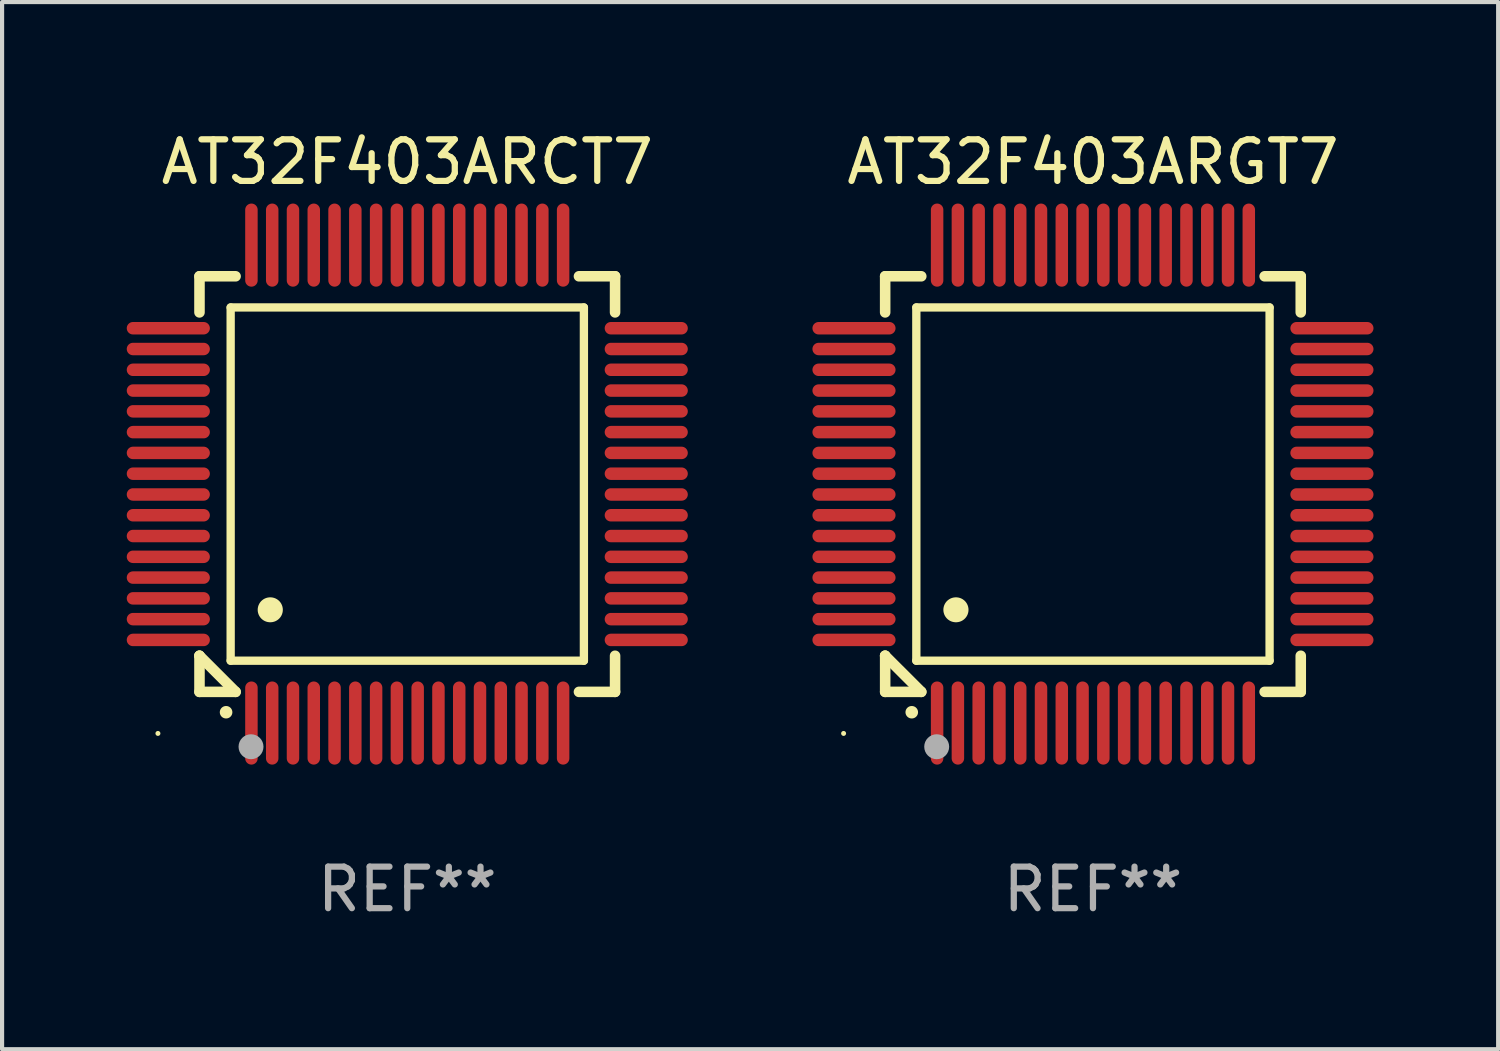
<source format=kicad_pcb>
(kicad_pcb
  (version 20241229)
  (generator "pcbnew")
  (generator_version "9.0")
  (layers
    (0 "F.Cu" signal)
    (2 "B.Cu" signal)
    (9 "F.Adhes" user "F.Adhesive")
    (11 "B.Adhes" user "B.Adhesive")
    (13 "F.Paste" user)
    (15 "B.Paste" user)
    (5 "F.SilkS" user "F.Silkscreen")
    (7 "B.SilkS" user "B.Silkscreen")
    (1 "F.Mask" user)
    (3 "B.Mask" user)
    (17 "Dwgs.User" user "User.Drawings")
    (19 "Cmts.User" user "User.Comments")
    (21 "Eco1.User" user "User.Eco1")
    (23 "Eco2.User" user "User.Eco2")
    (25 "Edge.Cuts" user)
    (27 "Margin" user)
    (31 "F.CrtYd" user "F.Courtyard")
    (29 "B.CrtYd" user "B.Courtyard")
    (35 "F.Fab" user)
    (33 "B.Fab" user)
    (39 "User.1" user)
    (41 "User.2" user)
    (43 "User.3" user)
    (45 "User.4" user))
  (footprint "AT32F403ARCT7"
    (layer "F.Cu")
    (at 6.75 8.598)
    (property "Reference" "AT32F403ARCT7" (at 0 -7.75 0) (layer "F.SilkS") (effects (font (size 1 1) (thickness 0.15))))
    (attr through_hole)
    (fp_line (start -5 -5) (end -4.131 -5) (stroke (width 0.254) (type solid)) (layer "F.SilkS"))
    (fp_line (start -5 -4.131) (end -5 -5) (stroke (width 0.254) (type solid)) (layer "F.SilkS"))
    (fp_line (start -5 4.131) (end -5 4.131) (stroke (width 0.254) (type solid)) (layer "F.SilkS"))
    (fp_line (start -5 5) (end -5 4.131) (stroke (width 0.254) (type solid)) (layer "F.SilkS"))
    (fp_line (start -5 4.131) (end -4.131 5) (stroke (width 0.254) (type solid)) (layer "F.SilkS"))
    (fp_line (start -4.25 -4.25) (end -4.25 4.25) (stroke (width 0.2) (type solid)) (layer "F.SilkS"))
    (fp_line (start -4.25 4.25) (end 4.25 4.25) (stroke (width 0.2) (type solid)) (layer "F.SilkS"))
    (fp_line (start -4.131 5) (end -5 5) (stroke (width 0.254) (type solid)) (layer "F.SilkS"))
    (fp_line (start 4.25 -4.25) (end -4.25 -4.25) (stroke (width 0.2) (type solid)) (layer "F.SilkS"))
    (fp_line (start 4.25 4.25) (end 4.25 -4.25) (stroke (width 0.2) (type solid)) (layer "F.SilkS"))
    (fp_line (start 5 -5) (end 4.131 -5) (stroke (width 0.254) (type solid)) (layer "F.SilkS"))
    (fp_line (start 5 -5) (end 5 -4.131) (stroke (width 0.254) (type solid)) (layer "F.SilkS"))
    (fp_line (start 5 4.131) (end 5 5) (stroke (width 0.254) (type solid)) (layer "F.SilkS"))
    (fp_line (start 5 5) (end 4.131 5) (stroke (width 0.254) (type solid)) (layer "F.SilkS"))
    (fp_arc (start -4.361265 5.489992) (mid -4.359995 5.489987) (end -4.358725 5.489992) (stroke (width 0.3) (type solid)) (layer "F.SilkS"))
    (fp_arc (start -3.299467 3.025146) (mid -3.296927 3.025135) (end -3.294387 3.025146) (stroke (width 0.6) (type solid)) (layer "F.SilkS"))
    (fp_circle (center -6 6) (end -5.97 6) (stroke (width 0.06) (type solid)) (fill no) (layer "F.SilkS"))
    (fp_circle (center -3.76 6.32) (end -3.61 6.32) (stroke (width 0.3) (type solid)) (fill no) (layer "F.Fab"))
    (fp_text user "REF**" (at 0 9.75 0) (layer "F.Fab") (effects (font (size 1 1) (thickness 0.15))))
    (pad "1" smd oval (at -3.75 5.75) (size 0.3 2) (layers "F.Cu" "F.Mask" "F.Paste"))
    (pad "2" smd oval (at -3.25 5.75) (size 0.3 2) (layers "F.Cu" "F.Mask" "F.Paste"))
    (pad "3" smd oval (at -2.75 5.75) (size 0.3 2) (layers "F.Cu" "F.Mask" "F.Paste"))
    (pad "4" smd oval (at -2.25 5.75) (size 0.3 2) (layers "F.Cu" "F.Mask" "F.Paste"))
    (pad "5" smd oval (at -1.75 5.75) (size 0.3 2) (layers "F.Cu" "F.Mask" "F.Paste"))
    (pad "6" smd oval (at -1.25 5.75) (size 0.3 2) (layers "F.Cu" "F.Mask" "F.Paste"))
    (pad "7" smd oval (at -0.75 5.75) (size 0.3 2) (layers "F.Cu" "F.Mask" "F.Paste"))
    (pad "8" smd oval (at -0.25 5.75) (size 0.3 2) (layers "F.Cu" "F.Mask" "F.Paste"))
    (pad "9" smd oval (at 0.25 5.75) (size 0.3 2) (layers "F.Cu" "F.Mask" "F.Paste"))
    (pad "10" smd oval (at 0.75 5.75) (size 0.3 2) (layers "F.Cu" "F.Mask" "F.Paste"))
    (pad "11" smd oval (at 1.25 5.75) (size 0.3 2) (layers "F.Cu" "F.Mask" "F.Paste"))
    (pad "12" smd oval (at 1.75 5.75) (size 0.3 2) (layers "F.Cu" "F.Mask" "F.Paste"))
    (pad "13" smd oval (at 2.25 5.75) (size 0.3 2) (layers "F.Cu" "F.Mask" "F.Paste"))
    (pad "14" smd oval (at 2.75 5.75) (size 0.3 2) (layers "F.Cu" "F.Mask" "F.Paste"))
    (pad "15" smd oval (at 3.25 5.75) (size 0.3 2) (layers "F.Cu" "F.Mask" "F.Paste"))
    (pad "16" smd oval (at 3.75 5.75) (size 0.3 2) (layers "F.Cu" "F.Mask" "F.Paste"))
    (pad "17" smd oval (at 5.75 3.75) (size 2 0.3) (layers "F.Cu" "F.Mask" "F.Paste"))
    (pad "18" smd oval (at 5.75 3.25) (size 2 0.3) (layers "F.Cu" "F.Mask" "F.Paste"))
    (pad "19" smd oval (at 5.75 2.75) (size 2 0.3) (layers "F.Cu" "F.Mask" "F.Paste"))
    (pad "20" smd oval (at 5.75 2.25) (size 2 0.3) (layers "F.Cu" "F.Mask" "F.Paste"))
    (pad "21" smd oval (at 5.75 1.75) (size 2 0.3) (layers "F.Cu" "F.Mask" "F.Paste"))
    (pad "22" smd oval (at 5.75 1.25) (size 2 0.3) (layers "F.Cu" "F.Mask" "F.Paste"))
    (pad "23" smd oval (at 5.75 0.75) (size 2 0.3) (layers "F.Cu" "F.Mask" "F.Paste"))
    (pad "24" smd oval (at 5.75 0.25) (size 2 0.3) (layers "F.Cu" "F.Mask" "F.Paste"))
    (pad "25" smd oval (at 5.75 -0.25) (size 2 0.3) (layers "F.Cu" "F.Mask" "F.Paste"))
    (pad "26" smd oval (at 5.75 -0.75) (size 2 0.3) (layers "F.Cu" "F.Mask" "F.Paste"))
    (pad "27" smd oval (at 5.75 -1.25) (size 2 0.3) (layers "F.Cu" "F.Mask" "F.Paste"))
    (pad "28" smd oval (at 5.75 -1.75) (size 2 0.3) (layers "F.Cu" "F.Mask" "F.Paste"))
    (pad "29" smd oval (at 5.75 -2.25) (size 2 0.3) (layers "F.Cu" "F.Mask" "F.Paste"))
    (pad "30" smd oval (at 5.75 -2.75) (size 2 0.3) (layers "F.Cu" "F.Mask" "F.Paste"))
    (pad "31" smd oval (at 5.75 -3.25) (size 2 0.3) (layers "F.Cu" "F.Mask" "F.Paste"))
    (pad "32" smd oval (at 5.75 -3.75) (size 2 0.3) (layers "F.Cu" "F.Mask" "F.Paste"))
    (pad "33" smd oval (at 3.75 -5.75) (size 0.3 2) (layers "F.Cu" "F.Mask" "F.Paste"))
    (pad "34" smd oval (at 3.25 -5.75) (size 0.3 2) (layers "F.Cu" "F.Mask" "F.Paste"))
    (pad "35" smd oval (at 2.75 -5.75) (size 0.3 2) (layers "F.Cu" "F.Mask" "F.Paste"))
    (pad "36" smd oval (at 2.25 -5.75) (size 0.3 2) (layers "F.Cu" "F.Mask" "F.Paste"))
    (pad "37" smd oval (at 1.75 -5.75) (size 0.3 2) (layers "F.Cu" "F.Mask" "F.Paste"))
    (pad "38" smd oval (at 1.25 -5.75) (size 0.3 2) (layers "F.Cu" "F.Mask" "F.Paste"))
    (pad "39" smd oval (at 0.75 -5.75) (size 0.3 2) (layers "F.Cu" "F.Mask" "F.Paste"))
    (pad "40" smd oval (at 0.25 -5.75) (size 0.3 2) (layers "F.Cu" "F.Mask" "F.Paste"))
    (pad "41" smd oval (at -0.25 -5.75) (size 0.3 2) (layers "F.Cu" "F.Mask" "F.Paste"))
    (pad "42" smd oval (at -0.75 -5.75) (size 0.3 2) (layers "F.Cu" "F.Mask" "F.Paste"))
    (pad "43" smd oval (at -1.25 -5.75) (size 0.3 2) (layers "F.Cu" "F.Mask" "F.Paste"))
    (pad "44" smd oval (at -1.75 -5.75) (size 0.3 2) (layers "F.Cu" "F.Mask" "F.Paste"))
    (pad "45" smd oval (at -2.25 -5.75) (size 0.3 2) (layers "F.Cu" "F.Mask" "F.Paste"))
    (pad "46" smd oval (at -2.75 -5.75) (size 0.3 2) (layers "F.Cu" "F.Mask" "F.Paste"))
    (pad "47" smd oval (at -3.25 -5.75) (size 0.3 2) (layers "F.Cu" "F.Mask" "F.Paste"))
    (pad "48" smd oval (at -3.75 -5.75) (size 0.3 2) (layers "F.Cu" "F.Mask" "F.Paste"))
    (pad "49" smd oval (at -5.75 -3.75) (size 2 0.3) (layers "F.Cu" "F.Mask" "F.Paste"))
    (pad "50" smd oval (at -5.75 -3.25) (size 2 0.3) (layers "F.Cu" "F.Mask" "F.Paste"))
    (pad "51" smd oval (at -5.75 -2.75) (size 2 0.3) (layers "F.Cu" "F.Mask" "F.Paste"))
    (pad "52" smd oval (at -5.75 -2.25) (size 2 0.3) (layers "F.Cu" "F.Mask" "F.Paste"))
    (pad "53" smd oval (at -5.75 -1.75) (size 2 0.3) (layers "F.Cu" "F.Mask" "F.Paste"))
    (pad "54" smd oval (at -5.75 -1.25) (size 2 0.3) (layers "F.Cu" "F.Mask" "F.Paste"))
    (pad "55" smd oval (at -5.75 -0.75) (size 2 0.3) (layers "F.Cu" "F.Mask" "F.Paste"))
    (pad "56" smd oval (at -5.75 -0.25) (size 2 0.3) (layers "F.Cu" "F.Mask" "F.Paste"))
    (pad "57" smd oval (at -5.75 0.25) (size 2 0.3) (layers "F.Cu" "F.Mask" "F.Paste"))
    (pad "58" smd oval (at -5.75 0.75) (size 2 0.3) (layers "F.Cu" "F.Mask" "F.Paste"))
    (pad "59" smd oval (at -5.75 1.25) (size 2 0.3) (layers "F.Cu" "F.Mask" "F.Paste"))
    (pad "60" smd oval (at -5.75 1.75) (size 2 0.3) (layers "F.Cu" "F.Mask" "F.Paste"))
    (pad "61" smd oval (at -5.75 2.25) (size 2 0.3) (layers "F.Cu" "F.Mask" "F.Paste"))
    (pad "62" smd oval (at -5.75 2.75) (size 2 0.3) (layers "F.Cu" "F.Mask" "F.Paste"))
    (pad "63" smd oval (at -5.75 3.25) (size 2 0.3) (layers "F.Cu" "F.Mask" "F.Paste"))
    (pad "64" smd oval (at -5.75 3.75) (size 2 0.3) (layers "F.Cu" "F.Mask" "F.Paste")))
  (footprint "AT32F403ARGT7"
    (layer "F.Cu")
    (at 23.249 8.598)
    (property "Reference" "AT32F403ARGT7" (at 0 -7.75 0) (layer "F.SilkS") (effects (font (size 1 1) (thickness 0.15))))
    (attr through_hole)
    (fp_line (start -5 -5) (end -4.131 -5) (stroke (width 0.254) (type solid)) (layer "F.SilkS"))
    (fp_line (start -5 -4.131) (end -5 -5) (stroke (width 0.254) (type solid)) (layer "F.SilkS"))
    (fp_line (start -5 4.131) (end -5 4.131) (stroke (width 0.254) (type solid)) (layer "F.SilkS"))
    (fp_line (start -5 5) (end -5 4.131) (stroke (width 0.254) (type solid)) (layer "F.SilkS"))
    (fp_line (start -5 4.131) (end -4.131 5) (stroke (width 0.254) (type solid)) (layer "F.SilkS"))
    (fp_line (start -4.25 -4.25) (end -4.25 4.25) (stroke (width 0.2) (type solid)) (layer "F.SilkS"))
    (fp_line (start -4.25 4.25) (end 4.25 4.25) (stroke (width 0.2) (type solid)) (layer "F.SilkS"))
    (fp_line (start -4.131 5) (end -5 5) (stroke (width 0.254) (type solid)) (layer "F.SilkS"))
    (fp_line (start 4.25 -4.25) (end -4.25 -4.25) (stroke (width 0.2) (type solid)) (layer "F.SilkS"))
    (fp_line (start 4.25 4.25) (end 4.25 -4.25) (stroke (width 0.2) (type solid)) (layer "F.SilkS"))
    (fp_line (start 5 -5) (end 4.131 -5) (stroke (width 0.254) (type solid)) (layer "F.SilkS"))
    (fp_line (start 5 -5) (end 5 -4.131) (stroke (width 0.254) (type solid)) (layer "F.SilkS"))
    (fp_line (start 5 4.131) (end 5 5) (stroke (width 0.254) (type solid)) (layer "F.SilkS"))
    (fp_line (start 5 5) (end 4.131 5) (stroke (width 0.254) (type solid)) (layer "F.SilkS"))
    (fp_arc (start -4.361265 5.489992) (mid -4.359995 5.489987) (end -4.358725 5.489992) (stroke (width 0.3) (type solid)) (layer "F.SilkS"))
    (fp_arc (start -3.299467 3.025146) (mid -3.296927 3.025135) (end -3.294387 3.025146) (stroke (width 0.6) (type solid)) (layer "F.SilkS"))
    (fp_circle (center -6 6) (end -5.97 6) (stroke (width 0.06) (type solid)) (fill no) (layer "F.SilkS"))
    (fp_circle (center -3.76 6.32) (end -3.61 6.32) (stroke (width 0.3) (type solid)) (fill no) (layer "F.Fab"))
    (fp_text user "REF**" (at 0 9.75 0) (layer "F.Fab") (effects (font (size 1 1) (thickness 0.15))))
    (pad "1" smd oval (at -3.75 5.75) (size 0.3 2) (layers "F.Cu" "F.Mask" "F.Paste"))
    (pad "2" smd oval (at -3.25 5.75) (size 0.3 2) (layers "F.Cu" "F.Mask" "F.Paste"))
    (pad "3" smd oval (at -2.75 5.75) (size 0.3 2) (layers "F.Cu" "F.Mask" "F.Paste"))
    (pad "4" smd oval (at -2.25 5.75) (size 0.3 2) (layers "F.Cu" "F.Mask" "F.Paste"))
    (pad "5" smd oval (at -1.75 5.75) (size 0.3 2) (layers "F.Cu" "F.Mask" "F.Paste"))
    (pad "6" smd oval (at -1.25 5.75) (size 0.3 2) (layers "F.Cu" "F.Mask" "F.Paste"))
    (pad "7" smd oval (at -0.75 5.75) (size 0.3 2) (layers "F.Cu" "F.Mask" "F.Paste"))
    (pad "8" smd oval (at -0.25 5.75) (size 0.3 2) (layers "F.Cu" "F.Mask" "F.Paste"))
    (pad "9" smd oval (at 0.25 5.75) (size 0.3 2) (layers "F.Cu" "F.Mask" "F.Paste"))
    (pad "10" smd oval (at 0.75 5.75) (size 0.3 2) (layers "F.Cu" "F.Mask" "F.Paste"))
    (pad "11" smd oval (at 1.25 5.75) (size 0.3 2) (layers "F.Cu" "F.Mask" "F.Paste"))
    (pad "12" smd oval (at 1.75 5.75) (size 0.3 2) (layers "F.Cu" "F.Mask" "F.Paste"))
    (pad "13" smd oval (at 2.25 5.75) (size 0.3 2) (layers "F.Cu" "F.Mask" "F.Paste"))
    (pad "14" smd oval (at 2.75 5.75) (size 0.3 2) (layers "F.Cu" "F.Mask" "F.Paste"))
    (pad "15" smd oval (at 3.25 5.75) (size 0.3 2) (layers "F.Cu" "F.Mask" "F.Paste"))
    (pad "16" smd oval (at 3.75 5.75) (size 0.3 2) (layers "F.Cu" "F.Mask" "F.Paste"))
    (pad "17" smd oval (at 5.75 3.75) (size 2 0.3) (layers "F.Cu" "F.Mask" "F.Paste"))
    (pad "18" smd oval (at 5.75 3.25) (size 2 0.3) (layers "F.Cu" "F.Mask" "F.Paste"))
    (pad "19" smd oval (at 5.75 2.75) (size 2 0.3) (layers "F.Cu" "F.Mask" "F.Paste"))
    (pad "20" smd oval (at 5.75 2.25) (size 2 0.3) (layers "F.Cu" "F.Mask" "F.Paste"))
    (pad "21" smd oval (at 5.75 1.75) (size 2 0.3) (layers "F.Cu" "F.Mask" "F.Paste"))
    (pad "22" smd oval (at 5.75 1.25) (size 2 0.3) (layers "F.Cu" "F.Mask" "F.Paste"))
    (pad "23" smd oval (at 5.75 0.75) (size 2 0.3) (layers "F.Cu" "F.Mask" "F.Paste"))
    (pad "24" smd oval (at 5.75 0.25) (size 2 0.3) (layers "F.Cu" "F.Mask" "F.Paste"))
    (pad "25" smd oval (at 5.75 -0.25) (size 2 0.3) (layers "F.Cu" "F.Mask" "F.Paste"))
    (pad "26" smd oval (at 5.75 -0.75) (size 2 0.3) (layers "F.Cu" "F.Mask" "F.Paste"))
    (pad "27" smd oval (at 5.75 -1.25) (size 2 0.3) (layers "F.Cu" "F.Mask" "F.Paste"))
    (pad "28" smd oval (at 5.75 -1.75) (size 2 0.3) (layers "F.Cu" "F.Mask" "F.Paste"))
    (pad "29" smd oval (at 5.75 -2.25) (size 2 0.3) (layers "F.Cu" "F.Mask" "F.Paste"))
    (pad "30" smd oval (at 5.75 -2.75) (size 2 0.3) (layers "F.Cu" "F.Mask" "F.Paste"))
    (pad "31" smd oval (at 5.75 -3.25) (size 2 0.3) (layers "F.Cu" "F.Mask" "F.Paste"))
    (pad "32" smd oval (at 5.75 -3.75) (size 2 0.3) (layers "F.Cu" "F.Mask" "F.Paste"))
    (pad "33" smd oval (at 3.75 -5.75) (size 0.3 2) (layers "F.Cu" "F.Mask" "F.Paste"))
    (pad "34" smd oval (at 3.25 -5.75) (size 0.3 2) (layers "F.Cu" "F.Mask" "F.Paste"))
    (pad "35" smd oval (at 2.75 -5.75) (size 0.3 2) (layers "F.Cu" "F.Mask" "F.Paste"))
    (pad "36" smd oval (at 2.25 -5.75) (size 0.3 2) (layers "F.Cu" "F.Mask" "F.Paste"))
    (pad "37" smd oval (at 1.75 -5.75) (size 0.3 2) (layers "F.Cu" "F.Mask" "F.Paste"))
    (pad "38" smd oval (at 1.25 -5.75) (size 0.3 2) (layers "F.Cu" "F.Mask" "F.Paste"))
    (pad "39" smd oval (at 0.75 -5.75) (size 0.3 2) (layers "F.Cu" "F.Mask" "F.Paste"))
    (pad "40" smd oval (at 0.25 -5.75) (size 0.3 2) (layers "F.Cu" "F.Mask" "F.Paste"))
    (pad "41" smd oval (at -0.25 -5.75) (size 0.3 2) (layers "F.Cu" "F.Mask" "F.Paste"))
    (pad "42" smd oval (at -0.75 -5.75) (size 0.3 2) (layers "F.Cu" "F.Mask" "F.Paste"))
    (pad "43" smd oval (at -1.25 -5.75) (size 0.3 2) (layers "F.Cu" "F.Mask" "F.Paste"))
    (pad "44" smd oval (at -1.75 -5.75) (size 0.3 2) (layers "F.Cu" "F.Mask" "F.Paste"))
    (pad "45" smd oval (at -2.25 -5.75) (size 0.3 2) (layers "F.Cu" "F.Mask" "F.Paste"))
    (pad "46" smd oval (at -2.75 -5.75) (size 0.3 2) (layers "F.Cu" "F.Mask" "F.Paste"))
    (pad "47" smd oval (at -3.25 -5.75) (size 0.3 2) (layers "F.Cu" "F.Mask" "F.Paste"))
    (pad "48" smd oval (at -3.75 -5.75) (size 0.3 2) (layers "F.Cu" "F.Mask" "F.Paste"))
    (pad "49" smd oval (at -5.75 -3.75) (size 2 0.3) (layers "F.Cu" "F.Mask" "F.Paste"))
    (pad "50" smd oval (at -5.75 -3.25) (size 2 0.3) (layers "F.Cu" "F.Mask" "F.Paste"))
    (pad "51" smd oval (at -5.75 -2.75) (size 2 0.3) (layers "F.Cu" "F.Mask" "F.Paste"))
    (pad "52" smd oval (at -5.75 -2.25) (size 2 0.3) (layers "F.Cu" "F.Mask" "F.Paste"))
    (pad "53" smd oval (at -5.75 -1.75) (size 2 0.3) (layers "F.Cu" "F.Mask" "F.Paste"))
    (pad "54" smd oval (at -5.75 -1.25) (size 2 0.3) (layers "F.Cu" "F.Mask" "F.Paste"))
    (pad "55" smd oval (at -5.75 -0.75) (size 2 0.3) (layers "F.Cu" "F.Mask" "F.Paste"))
    (pad "56" smd oval (at -5.75 -0.25) (size 2 0.3) (layers "F.Cu" "F.Mask" "F.Paste"))
    (pad "57" smd oval (at -5.75 0.25) (size 2 0.3) (layers "F.Cu" "F.Mask" "F.Paste"))
    (pad "58" smd oval (at -5.75 0.75) (size 2 0.3) (layers "F.Cu" "F.Mask" "F.Paste"))
    (pad "59" smd oval (at -5.75 1.25) (size 2 0.3) (layers "F.Cu" "F.Mask" "F.Paste"))
    (pad "60" smd oval (at -5.75 1.75) (size 2 0.3) (layers "F.Cu" "F.Mask" "F.Paste"))
    (pad "61" smd oval (at -5.75 2.25) (size 2 0.3) (layers "F.Cu" "F.Mask" "F.Paste"))
    (pad "62" smd oval (at -5.75 2.75) (size 2 0.3) (layers "F.Cu" "F.Mask" "F.Paste"))
    (pad "63" smd oval (at -5.75 3.25) (size 2 0.3) (layers "F.Cu" "F.Mask" "F.Paste"))
    (pad "64" smd oval (at -5.75 3.75) (size 2 0.3) (layers "F.Cu" "F.Mask" "F.Paste")))
  (gr_rect
    (start -3 -3)
    (end 32.999 22.196)
    (stroke (width 0.1) (type default))
    (fill no)
    (layer "Edge.Cuts")))
</source>
